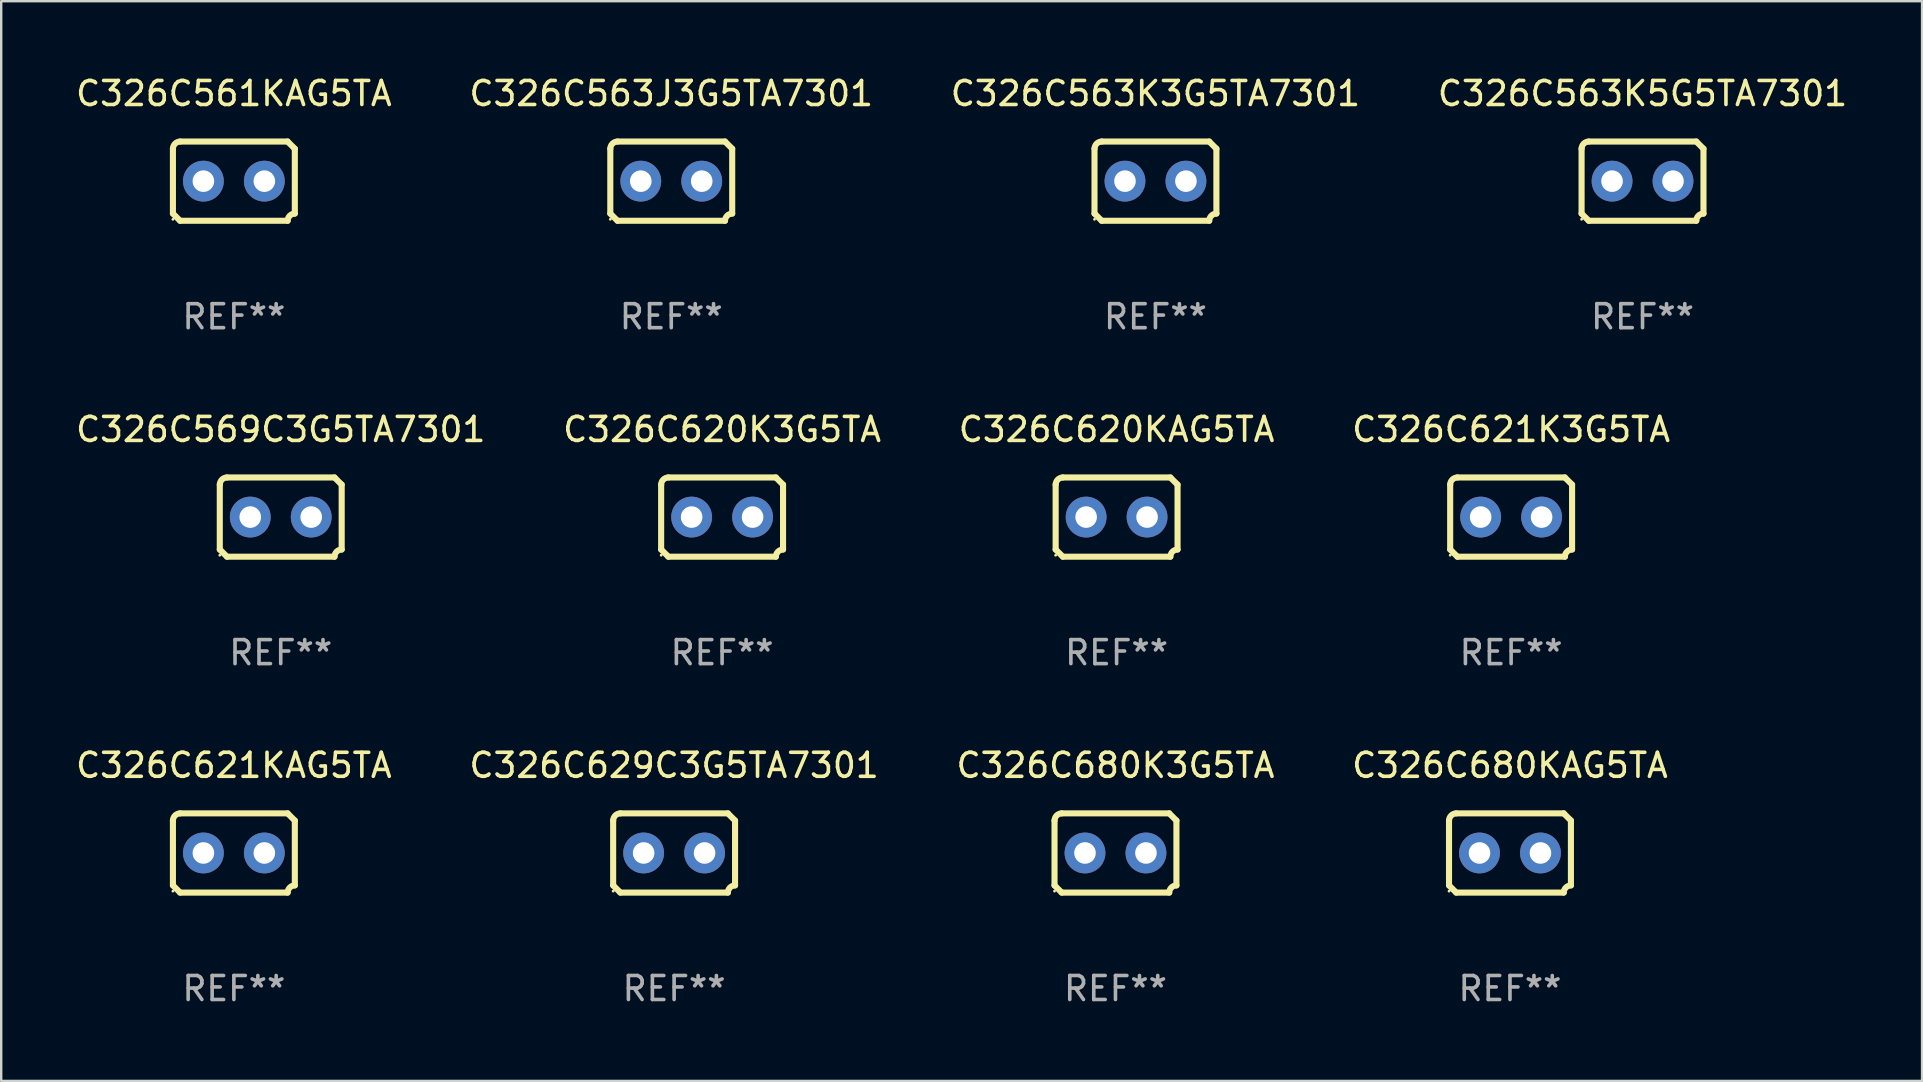
<source format=kicad_pcb>
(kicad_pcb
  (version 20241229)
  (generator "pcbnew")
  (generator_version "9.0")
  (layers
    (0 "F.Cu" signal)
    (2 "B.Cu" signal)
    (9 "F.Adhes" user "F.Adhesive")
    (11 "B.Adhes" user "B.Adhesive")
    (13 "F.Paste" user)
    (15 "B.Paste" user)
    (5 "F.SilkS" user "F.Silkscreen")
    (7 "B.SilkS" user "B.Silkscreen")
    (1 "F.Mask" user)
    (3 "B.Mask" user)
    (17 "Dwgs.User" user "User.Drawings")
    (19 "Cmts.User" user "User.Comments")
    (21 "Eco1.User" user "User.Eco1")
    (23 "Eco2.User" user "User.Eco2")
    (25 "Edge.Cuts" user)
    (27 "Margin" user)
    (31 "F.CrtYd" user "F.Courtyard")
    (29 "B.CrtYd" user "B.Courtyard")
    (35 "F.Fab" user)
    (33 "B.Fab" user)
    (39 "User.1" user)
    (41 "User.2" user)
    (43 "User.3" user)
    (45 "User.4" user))
  (footprint "C326C621K3G5TA"
    (layer "F.Cu")
    (at 59.923 18.498)
    (property "Reference" "C326C621K3G5TA" (at 0 -3.651 0) (layer "F.SilkS") (effects (font (size 1 1) (thickness 0.15))))
    (attr through_hole)
    (fp_line (start -2.54 -1.351) (end -2.54 1.351) (stroke (width 0.254) (type solid)) (layer "F.SilkS"))
    (fp_line (start -2.24 -1.651) (end 2.24 -1.651) (stroke (width 0.254) (type solid)) (layer "F.SilkS"))
    (fp_line (start 2.24 1.651) (end -2.24 1.651) (stroke (width 0.254) (type solid)) (layer "F.SilkS"))
    (fp_line (start 2.54 1.351) (end 2.54 -1.351) (stroke (width 0.254) (type solid)) (layer "F.SilkS"))
    (fp_arc (start -2.540005 -1.351283) (mid -2.450115 -1.561309) (end -2.240005 -1.651003) (stroke (width 0.254001) (type solid)) (layer "F.SilkS"))
    (fp_arc (start -2.240287 1.651001) (mid -2.390163 1.501019) (end -2.540005 1.351003) (stroke (width 0.254001) (type solid)) (layer "F.SilkS"))
    (fp_arc (start 2.240005 1.651003) (mid 2.329934 1.441015) (end 2.540005 1.351282) (stroke (width 0.254001) (type solid)) (layer "F.SilkS"))
    (fp_arc (start 2.540005 -1.351003) (mid 2.389393 -1.500252) (end 2.240284 -1.651003) (stroke (width 0.254001) (type solid)) (layer "F.SilkS"))
    (fp_circle (center -2.54 1.59) (end -2.51 1.59) (stroke (width 0.06) (type solid)) (fill no) (layer "F.SilkS"))
    (fp_text user "REF**" (at 0 5.651 0) (layer "F.Fab") (effects (font (size 1 1) (thickness 0.15))))
    (pad "1" thru_hole circle (at -1.27 0) (size 1.7 1.7) (drill 0.9) (layers "*.Cu" "*.Mask"))
    (pad "2" thru_hole circle (at 1.27 0) (size 1.7 1.7) (drill 0.9) (layers "*.Cu" "*.Mask")))
  (footprint "C326C629C3G5TA7301"
    (layer "F.Cu")
    (at 25.042 32.496)
    (property "Reference" "C326C629C3G5TA7301" (at 0 -3.651 0) (layer "F.SilkS") (effects (font (size 1 1) (thickness 0.15))))
    (attr through_hole)
    (fp_line (start -2.54 -1.351) (end -2.54 1.351) (stroke (width 0.254) (type solid)) (layer "F.SilkS"))
    (fp_line (start -2.24 -1.651) (end 2.24 -1.651) (stroke (width 0.254) (type solid)) (layer "F.SilkS"))
    (fp_line (start 2.24 1.651) (end -2.24 1.651) (stroke (width 0.254) (type solid)) (layer "F.SilkS"))
    (fp_line (start 2.54 1.351) (end 2.54 -1.351) (stroke (width 0.254) (type solid)) (layer "F.SilkS"))
    (fp_arc (start -2.540005 -1.351283) (mid -2.450115 -1.561309) (end -2.240005 -1.651003) (stroke (width 0.254001) (type solid)) (layer "F.SilkS"))
    (fp_arc (start -2.240287 1.651001) (mid -2.390163 1.501019) (end -2.540005 1.351003) (stroke (width 0.254001) (type solid)) (layer "F.SilkS"))
    (fp_arc (start 2.240005 1.651003) (mid 2.329934 1.441015) (end 2.540005 1.351282) (stroke (width 0.254001) (type solid)) (layer "F.SilkS"))
    (fp_arc (start 2.540005 -1.351003) (mid 2.389393 -1.500252) (end 2.240284 -1.651003) (stroke (width 0.254001) (type solid)) (layer "F.SilkS"))
    (fp_circle (center -2.54 1.59) (end -2.51 1.59) (stroke (width 0.06) (type solid)) (fill no) (layer "F.SilkS"))
    (fp_text user "REF**" (at 0 5.651 0) (layer "F.Fab") (effects (font (size 1 1) (thickness 0.15))))
    (pad "1" thru_hole circle (at -1.27 0) (size 1.7 1.7) (drill 0.9) (layers "*.Cu" "*.Mask"))
    (pad "2" thru_hole circle (at 1.27 0) (size 1.7 1.7) (drill 0.9) (layers "*.Cu" "*.Mask")))
  (footprint "C326C563J3G5TA7301"
    (layer "F.Cu")
    (at 24.923 4.499)
    (property "Reference" "C326C563J3G5TA7301" (at 0 -3.651 0) (layer "F.SilkS") (effects (font (size 1 1) (thickness 0.15))))
    (attr through_hole)
    (fp_line (start -2.54 -1.351) (end -2.54 1.351) (stroke (width 0.254) (type solid)) (layer "F.SilkS"))
    (fp_line (start -2.24 -1.651) (end 2.24 -1.651) (stroke (width 0.254) (type solid)) (layer "F.SilkS"))
    (fp_line (start 2.24 1.651) (end -2.24 1.651) (stroke (width 0.254) (type solid)) (layer "F.SilkS"))
    (fp_line (start 2.54 1.351) (end 2.54 -1.351) (stroke (width 0.254) (type solid)) (layer "F.SilkS"))
    (fp_arc (start -2.540005 -1.351283) (mid -2.450115 -1.561309) (end -2.240005 -1.651003) (stroke (width 0.254001) (type solid)) (layer "F.SilkS"))
    (fp_arc (start -2.240287 1.651001) (mid -2.390163 1.501019) (end -2.540005 1.351003) (stroke (width 0.254001) (type solid)) (layer "F.SilkS"))
    (fp_arc (start 2.240005 1.651003) (mid 2.329934 1.441015) (end 2.540005 1.351282) (stroke (width 0.254001) (type solid)) (layer "F.SilkS"))
    (fp_arc (start 2.540005 -1.351003) (mid 2.389393 -1.500252) (end 2.240284 -1.651003) (stroke (width 0.254001) (type solid)) (layer "F.SilkS"))
    (fp_circle (center -2.54 1.59) (end -2.51 1.59) (stroke (width 0.06) (type solid)) (fill no) (layer "F.SilkS"))
    (fp_text user "REF**" (at 0 5.651 0) (layer "F.Fab") (effects (font (size 1 1) (thickness 0.15))))
    (pad "1" thru_hole circle (at -1.27 0) (size 1.7 1.7) (drill 0.9) (layers "*.Cu" "*.Mask"))
    (pad "2" thru_hole circle (at 1.27 0) (size 1.7 1.7) (drill 0.9) (layers "*.Cu" "*.Mask")))
  (footprint "C326C563K5G5TA7301"
    (layer "F.Cu")
    (at 65.399 4.499)
    (property "Reference" "C326C563K5G5TA7301" (at 0 -3.651 0) (layer "F.SilkS") (effects (font (size 1 1) (thickness 0.15))))
    (attr through_hole)
    (fp_line (start -2.54 -1.351) (end -2.54 1.351) (stroke (width 0.254) (type solid)) (layer "F.SilkS"))
    (fp_line (start -2.24 -1.651) (end 2.24 -1.651) (stroke (width 0.254) (type solid)) (layer "F.SilkS"))
    (fp_line (start 2.24 1.651) (end -2.24 1.651) (stroke (width 0.254) (type solid)) (layer "F.SilkS"))
    (fp_line (start 2.54 1.351) (end 2.54 -1.351) (stroke (width 0.254) (type solid)) (layer "F.SilkS"))
    (fp_arc (start -2.540005 -1.351283) (mid -2.450115 -1.561309) (end -2.240005 -1.651003) (stroke (width 0.254001) (type solid)) (layer "F.SilkS"))
    (fp_arc (start -2.240287 1.651001) (mid -2.390163 1.501019) (end -2.540005 1.351003) (stroke (width 0.254001) (type solid)) (layer "F.SilkS"))
    (fp_arc (start 2.240005 1.651003) (mid 2.329934 1.441015) (end 2.540005 1.351282) (stroke (width 0.254001) (type solid)) (layer "F.SilkS"))
    (fp_arc (start 2.540005 -1.351003) (mid 2.389393 -1.500252) (end 2.240284 -1.651003) (stroke (width 0.254001) (type solid)) (layer "F.SilkS"))
    (fp_circle (center -2.54 1.59) (end -2.51 1.59) (stroke (width 0.06) (type solid)) (fill no) (layer "F.SilkS"))
    (fp_text user "REF**" (at 0 5.651 0) (layer "F.Fab") (effects (font (size 1 1) (thickness 0.15))))
    (pad "1" thru_hole circle (at -1.27 0) (size 1.7 1.7) (drill 0.9) (layers "*.Cu" "*.Mask"))
    (pad "2" thru_hole circle (at 1.27 0) (size 1.7 1.7) (drill 0.9) (layers "*.Cu" "*.Mask")))
  (footprint "C326C621KAG5TA"
    (layer "F.Cu")
    (at 6.696 32.496)
    (property "Reference" "C326C621KAG5TA" (at 0 -3.651 0) (layer "F.SilkS") (effects (font (size 1 1) (thickness 0.15))))
    (attr through_hole)
    (fp_line (start -2.54 -1.351) (end -2.54 1.351) (stroke (width 0.254) (type solid)) (layer "F.SilkS"))
    (fp_line (start -2.24 -1.651) (end 2.24 -1.651) (stroke (width 0.254) (type solid)) (layer "F.SilkS"))
    (fp_line (start 2.24 1.651) (end -2.24 1.651) (stroke (width 0.254) (type solid)) (layer "F.SilkS"))
    (fp_line (start 2.54 1.351) (end 2.54 -1.351) (stroke (width 0.254) (type solid)) (layer "F.SilkS"))
    (fp_arc (start -2.540005 -1.351283) (mid -2.450115 -1.561309) (end -2.240005 -1.651003) (stroke (width 0.254001) (type solid)) (layer "F.SilkS"))
    (fp_arc (start -2.240287 1.651001) (mid -2.390163 1.501019) (end -2.540005 1.351003) (stroke (width 0.254001) (type solid)) (layer "F.SilkS"))
    (fp_arc (start 2.240005 1.651003) (mid 2.329934 1.441015) (end 2.540005 1.351282) (stroke (width 0.254001) (type solid)) (layer "F.SilkS"))
    (fp_arc (start 2.540005 -1.351003) (mid 2.389393 -1.500252) (end 2.240284 -1.651003) (stroke (width 0.254001) (type solid)) (layer "F.SilkS"))
    (fp_circle (center -2.54 1.59) (end -2.51 1.59) (stroke (width 0.06) (type solid)) (fill no) (layer "F.SilkS"))
    (fp_text user "REF**" (at 0 5.651 0) (layer "F.Fab") (effects (font (size 1 1) (thickness 0.15))))
    (pad "1" thru_hole circle (at -1.27 0) (size 1.7 1.7) (drill 0.9) (layers "*.Cu" "*.Mask"))
    (pad "2" thru_hole circle (at 1.27 0) (size 1.7 1.7) (drill 0.9) (layers "*.Cu" "*.Mask")))
  (footprint "C326C620K3G5TA"
    (layer "F.Cu")
    (at 27.042 18.498)
    (property "Reference" "C326C620K3G5TA" (at 0 -3.651 0) (layer "F.SilkS") (effects (font (size 1 1) (thickness 0.15))))
    (attr through_hole)
    (fp_line (start -2.54 -1.351) (end -2.54 1.351) (stroke (width 0.254) (type solid)) (layer "F.SilkS"))
    (fp_line (start -2.24 -1.651) (end 2.24 -1.651) (stroke (width 0.254) (type solid)) (layer "F.SilkS"))
    (fp_line (start 2.24 1.651) (end -2.24 1.651) (stroke (width 0.254) (type solid)) (layer "F.SilkS"))
    (fp_line (start 2.54 1.351) (end 2.54 -1.351) (stroke (width 0.254) (type solid)) (layer "F.SilkS"))
    (fp_arc (start -2.540005 -1.351283) (mid -2.450115 -1.561309) (end -2.240005 -1.651003) (stroke (width 0.254001) (type solid)) (layer "F.SilkS"))
    (fp_arc (start -2.240287 1.651001) (mid -2.390163 1.501019) (end -2.540005 1.351003) (stroke (width 0.254001) (type solid)) (layer "F.SilkS"))
    (fp_arc (start 2.240005 1.651003) (mid 2.329934 1.441015) (end 2.540005 1.351282) (stroke (width 0.254001) (type solid)) (layer "F.SilkS"))
    (fp_arc (start 2.540005 -1.351003) (mid 2.389393 -1.500252) (end 2.240284 -1.651003) (stroke (width 0.254001) (type solid)) (layer "F.SilkS"))
    (fp_circle (center -2.54 1.59) (end -2.51 1.59) (stroke (width 0.06) (type solid)) (fill no) (layer "F.SilkS"))
    (fp_text user "REF**" (at 0 5.651 0) (layer "F.Fab") (effects (font (size 1 1) (thickness 0.15))))
    (pad "1" thru_hole circle (at -1.27 0) (size 1.7 1.7) (drill 0.9) (layers "*.Cu" "*.Mask"))
    (pad "2" thru_hole circle (at 1.27 0) (size 1.7 1.7) (drill 0.9) (layers "*.Cu" "*.Mask")))
  (footprint "C326C563K3G5TA7301"
    (layer "F.Cu")
    (at 45.101 4.499)
    (property "Reference" "C326C563K3G5TA7301" (at 0 -3.651 0) (layer "F.SilkS") (effects (font (size 1 1) (thickness 0.15))))
    (attr through_hole)
    (fp_line (start -2.54 -1.351) (end -2.54 1.351) (stroke (width 0.254) (type solid)) (layer "F.SilkS"))
    (fp_line (start -2.24 -1.651) (end 2.24 -1.651) (stroke (width 0.254) (type solid)) (layer "F.SilkS"))
    (fp_line (start 2.24 1.651) (end -2.24 1.651) (stroke (width 0.254) (type solid)) (layer "F.SilkS"))
    (fp_line (start 2.54 1.351) (end 2.54 -1.351) (stroke (width 0.254) (type solid)) (layer "F.SilkS"))
    (fp_arc (start -2.540005 -1.351283) (mid -2.450115 -1.561309) (end -2.240005 -1.651003) (stroke (width 0.254001) (type solid)) (layer "F.SilkS"))
    (fp_arc (start -2.240287 1.651001) (mid -2.390163 1.501019) (end -2.540005 1.351003) (stroke (width 0.254001) (type solid)) (layer "F.SilkS"))
    (fp_arc (start 2.240005 1.651003) (mid 2.329934 1.441015) (end 2.540005 1.351282) (stroke (width 0.254001) (type solid)) (layer "F.SilkS"))
    (fp_arc (start 2.540005 -1.351003) (mid 2.389393 -1.500252) (end 2.240284 -1.651003) (stroke (width 0.254001) (type solid)) (layer "F.SilkS"))
    (fp_circle (center -2.54 1.59) (end -2.51 1.59) (stroke (width 0.06) (type solid)) (fill no) (layer "F.SilkS"))
    (fp_text user "REF**" (at 0 5.651 0) (layer "F.Fab") (effects (font (size 1 1) (thickness 0.15))))
    (pad "1" thru_hole circle (at -1.27 0) (size 1.7 1.7) (drill 0.9) (layers "*.Cu" "*.Mask"))
    (pad "2" thru_hole circle (at 1.27 0) (size 1.7 1.7) (drill 0.9) (layers "*.Cu" "*.Mask")))
  (footprint "C326C569C3G5TA7301"
    (layer "F.Cu")
    (at 8.649 18.498)
    (property "Reference" "C326C569C3G5TA7301" (at 0 -3.651 0) (layer "F.SilkS") (effects (font (size 1 1) (thickness 0.15))))
    (attr through_hole)
    (fp_line (start -2.54 -1.351) (end -2.54 1.351) (stroke (width 0.254) (type solid)) (layer "F.SilkS"))
    (fp_line (start -2.24 -1.651) (end 2.24 -1.651) (stroke (width 0.254) (type solid)) (layer "F.SilkS"))
    (fp_line (start 2.24 1.651) (end -2.24 1.651) (stroke (width 0.254) (type solid)) (layer "F.SilkS"))
    (fp_line (start 2.54 1.351) (end 2.54 -1.351) (stroke (width 0.254) (type solid)) (layer "F.SilkS"))
    (fp_arc (start -2.540005 -1.351283) (mid -2.450115 -1.561309) (end -2.240005 -1.651003) (stroke (width 0.254001) (type solid)) (layer "F.SilkS"))
    (fp_arc (start -2.240287 1.651001) (mid -2.390163 1.501019) (end -2.540005 1.351003) (stroke (width 0.254001) (type solid)) (layer "F.SilkS"))
    (fp_arc (start 2.240005 1.651003) (mid 2.329934 1.441015) (end 2.540005 1.351282) (stroke (width 0.254001) (type solid)) (layer "F.SilkS"))
    (fp_arc (start 2.540005 -1.351003) (mid 2.389393 -1.500252) (end 2.240284 -1.651003) (stroke (width 0.254001) (type solid)) (layer "F.SilkS"))
    (fp_circle (center -2.54 1.59) (end -2.51 1.59) (stroke (width 0.06) (type solid)) (fill no) (layer "F.SilkS"))
    (fp_text user "REF**" (at 0 5.651 0) (layer "F.Fab") (effects (font (size 1 1) (thickness 0.15))))
    (pad "1" thru_hole circle (at -1.27 0) (size 1.7 1.7) (drill 0.9) (layers "*.Cu" "*.Mask"))
    (pad "2" thru_hole circle (at 1.27 0) (size 1.7 1.7) (drill 0.9) (layers "*.Cu" "*.Mask")))
  (footprint "C326C680K3G5TA"
    (layer "F.Cu")
    (at 43.435 32.496)
    (property "Reference" "C326C680K3G5TA" (at 0 -3.651 0) (layer "F.SilkS") (effects (font (size 1 1) (thickness 0.15))))
    (attr through_hole)
    (fp_line (start -2.54 -1.351) (end -2.54 1.351) (stroke (width 0.254) (type solid)) (layer "F.SilkS"))
    (fp_line (start -2.24 -1.651) (end 2.24 -1.651) (stroke (width 0.254) (type solid)) (layer "F.SilkS"))
    (fp_line (start 2.24 1.651) (end -2.24 1.651) (stroke (width 0.254) (type solid)) (layer "F.SilkS"))
    (fp_line (start 2.54 1.351) (end 2.54 -1.351) (stroke (width 0.254) (type solid)) (layer "F.SilkS"))
    (fp_arc (start -2.540005 -1.351283) (mid -2.450115 -1.561309) (end -2.240005 -1.651003) (stroke (width 0.254001) (type solid)) (layer "F.SilkS"))
    (fp_arc (start -2.240287 1.651001) (mid -2.390163 1.501019) (end -2.540005 1.351003) (stroke (width 0.254001) (type solid)) (layer "F.SilkS"))
    (fp_arc (start 2.240005 1.651003) (mid 2.329934 1.441015) (end 2.540005 1.351282) (stroke (width 0.254001) (type solid)) (layer "F.SilkS"))
    (fp_arc (start 2.540005 -1.351003) (mid 2.389393 -1.500252) (end 2.240284 -1.651003) (stroke (width 0.254001) (type solid)) (layer "F.SilkS"))
    (fp_circle (center -2.54 1.59) (end -2.51 1.59) (stroke (width 0.06) (type solid)) (fill no) (layer "F.SilkS"))
    (fp_text user "REF**" (at 0 5.651 0) (layer "F.Fab") (effects (font (size 1 1) (thickness 0.15))))
    (pad "1" thru_hole circle (at -1.27 0) (size 1.7 1.7) (drill 0.9) (layers "*.Cu" "*.Mask"))
    (pad "2" thru_hole circle (at 1.27 0) (size 1.7 1.7) (drill 0.9) (layers "*.Cu" "*.Mask")))
  (footprint "C326C620KAG5TA"
    (layer "F.Cu")
    (at 43.482 18.498)
    (property "Reference" "C326C620KAG5TA" (at 0 -3.651 0) (layer "F.SilkS") (effects (font (size 1 1) (thickness 0.15))))
    (attr through_hole)
    (fp_line (start -2.54 -1.351) (end -2.54 1.351) (stroke (width 0.254) (type solid)) (layer "F.SilkS"))
    (fp_line (start -2.24 -1.651) (end 2.24 -1.651) (stroke (width 0.254) (type solid)) (layer "F.SilkS"))
    (fp_line (start 2.24 1.651) (end -2.24 1.651) (stroke (width 0.254) (type solid)) (layer "F.SilkS"))
    (fp_line (start 2.54 1.351) (end 2.54 -1.351) (stroke (width 0.254) (type solid)) (layer "F.SilkS"))
    (fp_arc (start -2.540005 -1.351283) (mid -2.450115 -1.561309) (end -2.240005 -1.651003) (stroke (width 0.254001) (type solid)) (layer "F.SilkS"))
    (fp_arc (start -2.240287 1.651001) (mid -2.390163 1.501019) (end -2.540005 1.351003) (stroke (width 0.254001) (type solid)) (layer "F.SilkS"))
    (fp_arc (start 2.240005 1.651003) (mid 2.329934 1.441015) (end 2.540005 1.351282) (stroke (width 0.254001) (type solid)) (layer "F.SilkS"))
    (fp_arc (start 2.540005 -1.351003) (mid 2.389393 -1.500252) (end 2.240284 -1.651003) (stroke (width 0.254001) (type solid)) (layer "F.SilkS"))
    (fp_circle (center -2.54 1.59) (end -2.51 1.59) (stroke (width 0.06) (type solid)) (fill no) (layer "F.SilkS"))
    (fp_text user "REF**" (at 0 5.651 0) (layer "F.Fab") (effects (font (size 1 1) (thickness 0.15))))
    (pad "1" thru_hole circle (at -1.27 0) (size 1.7 1.7) (drill 0.9) (layers "*.Cu" "*.Mask"))
    (pad "2" thru_hole circle (at 1.27 0) (size 1.7 1.7) (drill 0.9) (layers "*.Cu" "*.Mask")))
  (footprint "C326C561KAG5TA"
    (layer "F.Cu")
    (at 6.696 4.499)
    (property "Reference" "C326C561KAG5TA" (at 0 -3.651 0) (layer "F.SilkS") (effects (font (size 1 1) (thickness 0.15))))
    (attr through_hole)
    (fp_line (start -2.54 -1.351) (end -2.54 1.351) (stroke (width 0.254) (type solid)) (layer "F.SilkS"))
    (fp_line (start -2.24 -1.651) (end 2.24 -1.651) (stroke (width 0.254) (type solid)) (layer "F.SilkS"))
    (fp_line (start 2.24 1.651) (end -2.24 1.651) (stroke (width 0.254) (type solid)) (layer "F.SilkS"))
    (fp_line (start 2.54 1.351) (end 2.54 -1.351) (stroke (width 0.254) (type solid)) (layer "F.SilkS"))
    (fp_arc (start -2.540005 -1.351283) (mid -2.450115 -1.561309) (end -2.240005 -1.651003) (stroke (width 0.254001) (type solid)) (layer "F.SilkS"))
    (fp_arc (start -2.240287 1.651001) (mid -2.390163 1.501019) (end -2.540005 1.351003) (stroke (width 0.254001) (type solid)) (layer "F.SilkS"))
    (fp_arc (start 2.240005 1.651003) (mid 2.329934 1.441015) (end 2.540005 1.351282) (stroke (width 0.254001) (type solid)) (layer "F.SilkS"))
    (fp_arc (start 2.540005 -1.351003) (mid 2.389393 -1.500252) (end 2.240284 -1.651003) (stroke (width 0.254001) (type solid)) (layer "F.SilkS"))
    (fp_circle (center -2.54 1.59) (end -2.51 1.59) (stroke (width 0.06) (type solid)) (fill no) (layer "F.SilkS"))
    (fp_text user "REF**" (at 0 5.651 0) (layer "F.Fab") (effects (font (size 1 1) (thickness 0.15))))
    (pad "1" thru_hole circle (at -1.27 0) (size 1.7 1.7) (drill 0.9) (layers "*.Cu" "*.Mask"))
    (pad "2" thru_hole circle (at 1.27 0) (size 1.7 1.7) (drill 0.9) (layers "*.Cu" "*.Mask")))
  (footprint "C326C680KAG5TA"
    (layer "F.Cu")
    (at 59.875 32.496)
    (property "Reference" "C326C680KAG5TA" (at 0 -3.651 0) (layer "F.SilkS") (effects (font (size 1 1) (thickness 0.15))))
    (attr through_hole)
    (fp_line (start -2.54 -1.351) (end -2.54 1.351) (stroke (width 0.254) (type solid)) (layer "F.SilkS"))
    (fp_line (start -2.24 -1.651) (end 2.24 -1.651) (stroke (width 0.254) (type solid)) (layer "F.SilkS"))
    (fp_line (start 2.24 1.651) (end -2.24 1.651) (stroke (width 0.254) (type solid)) (layer "F.SilkS"))
    (fp_line (start 2.54 1.351) (end 2.54 -1.351) (stroke (width 0.254) (type solid)) (layer "F.SilkS"))
    (fp_arc (start -2.540005 -1.351283) (mid -2.450115 -1.561309) (end -2.240005 -1.651003) (stroke (width 0.254001) (type solid)) (layer "F.SilkS"))
    (fp_arc (start -2.240287 1.651001) (mid -2.390163 1.501019) (end -2.540005 1.351003) (stroke (width 0.254001) (type solid)) (layer "F.SilkS"))
    (fp_arc (start 2.240005 1.651003) (mid 2.329934 1.441015) (end 2.540005 1.351282) (stroke (width 0.254001) (type solid)) (layer "F.SilkS"))
    (fp_arc (start 2.540005 -1.351003) (mid 2.389393 -1.500252) (end 2.240284 -1.651003) (stroke (width 0.254001) (type solid)) (layer "F.SilkS"))
    (fp_circle (center -2.54 1.59) (end -2.51 1.59) (stroke (width 0.06) (type solid)) (fill no) (layer "F.SilkS"))
    (fp_text user "REF**" (at 0 5.651 0) (layer "F.Fab") (effects (font (size 1 1) (thickness 0.15))))
    (pad "1" thru_hole circle (at -1.27 0) (size 1.7 1.7) (drill 0.9) (layers "*.Cu" "*.Mask"))
    (pad "2" thru_hole circle (at 1.27 0) (size 1.7 1.7) (drill 0.9) (layers "*.Cu" "*.Mask")))
  (gr_rect
    (start -3 -3)
    (end 77.048 41.996)
    (stroke (width 0.1) (type default))
    (fill no)
    (layer "Edge.Cuts")))
</source>
